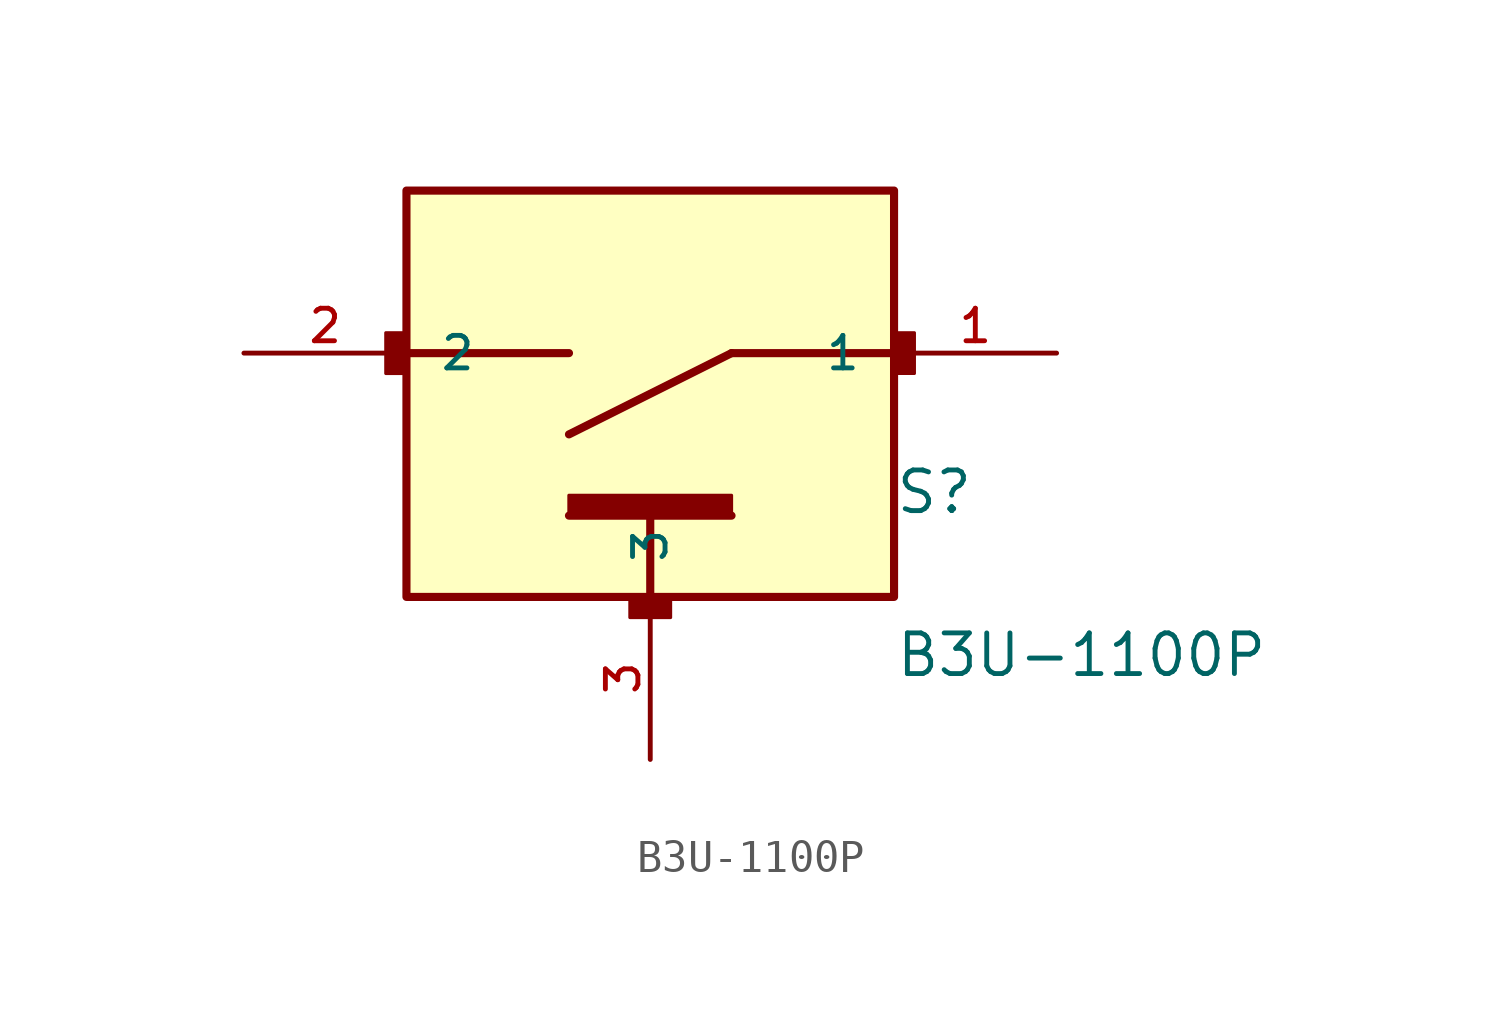
<source format=kicad_sym>
(kicad_symbol_lib
  (version 20211014)
  (generator kicad_symbol_editor)
  (symbol "B3U-1100P"
    (pin_names
      (offset 1.016))
    (property "Reference" "S"
      (at 7.629 -5.086 0)
      (effects (font (size 1.27 1.27)) (justify bottom left)))
    (property "Value" "B3U-1100P"
      (at 7.635 -10.179 0)
      (effects (font (size 1.27 1.27)) (justify bottom left)))
    (symbol "B3U-1100P_0_0"
      (polyline (pts (xy -2.54 -2.54) (xy 2.54 0.0)) (stroke (width 0.254)))
      (polyline (pts (xy 2.54 0.0) (xy 7.62 0.0)) (stroke (width 0.254)))
      (polyline (pts (xy -2.54 0.0) (xy -7.62 0.0)) (stroke (width 0.254)))
      (polyline (pts (xy -2.54 -5.08) (xy 0.0 -5.08)) (stroke (width 0.254)))
      (polyline (pts (xy 0.0 -5.08) (xy 2.54 -5.08)) (stroke (width 0.254)))
      (polyline (pts (xy 0.0 -5.08) (xy 0.0 -7.62)) (stroke (width 0.254)))
      (rectangle (start -8.265 -0.636) (end -7.62 0.635) (stroke (width 0.1)) (fill (type outline)))
      (rectangle (start 7.624 -0.635) (end 8.255 0.635) (stroke (width 0.1)) (fill (type outline)))
      (rectangle (start -0.636 -8.264) (end 0.635 -7.62) (stroke (width 0.1)) (fill (type outline)))
      (rectangle (start -2.542 -5.085) (end 2.54 -4.445) (stroke (width 0.1)) (fill (type outline)))
      (rectangle (start -7.62 -7.62) (end 7.62 5.08) (stroke (width 0.254)) (fill (type background)))
      (pin passive line (at 12.7 0.0 180.0) (length 5.08) (name "1" (effects (font (size 1.016 1.016)))) (number "1" (effects (font (size 1.016 1.016)))))
      (pin passive line (at -12.7 0.0 0) (length 5.08) (name "2" (effects (font (size 1.016 1.016)))) (number "2" (effects (font (size 1.016 1.016)))))
      (pin passive line (at 0.0 -12.7 90.0) (length 5.08) (name "3" (effects (font (size 1.016 1.016)))) (number "3" (effects (font (size 1.016 1.016))))))))
</source>
